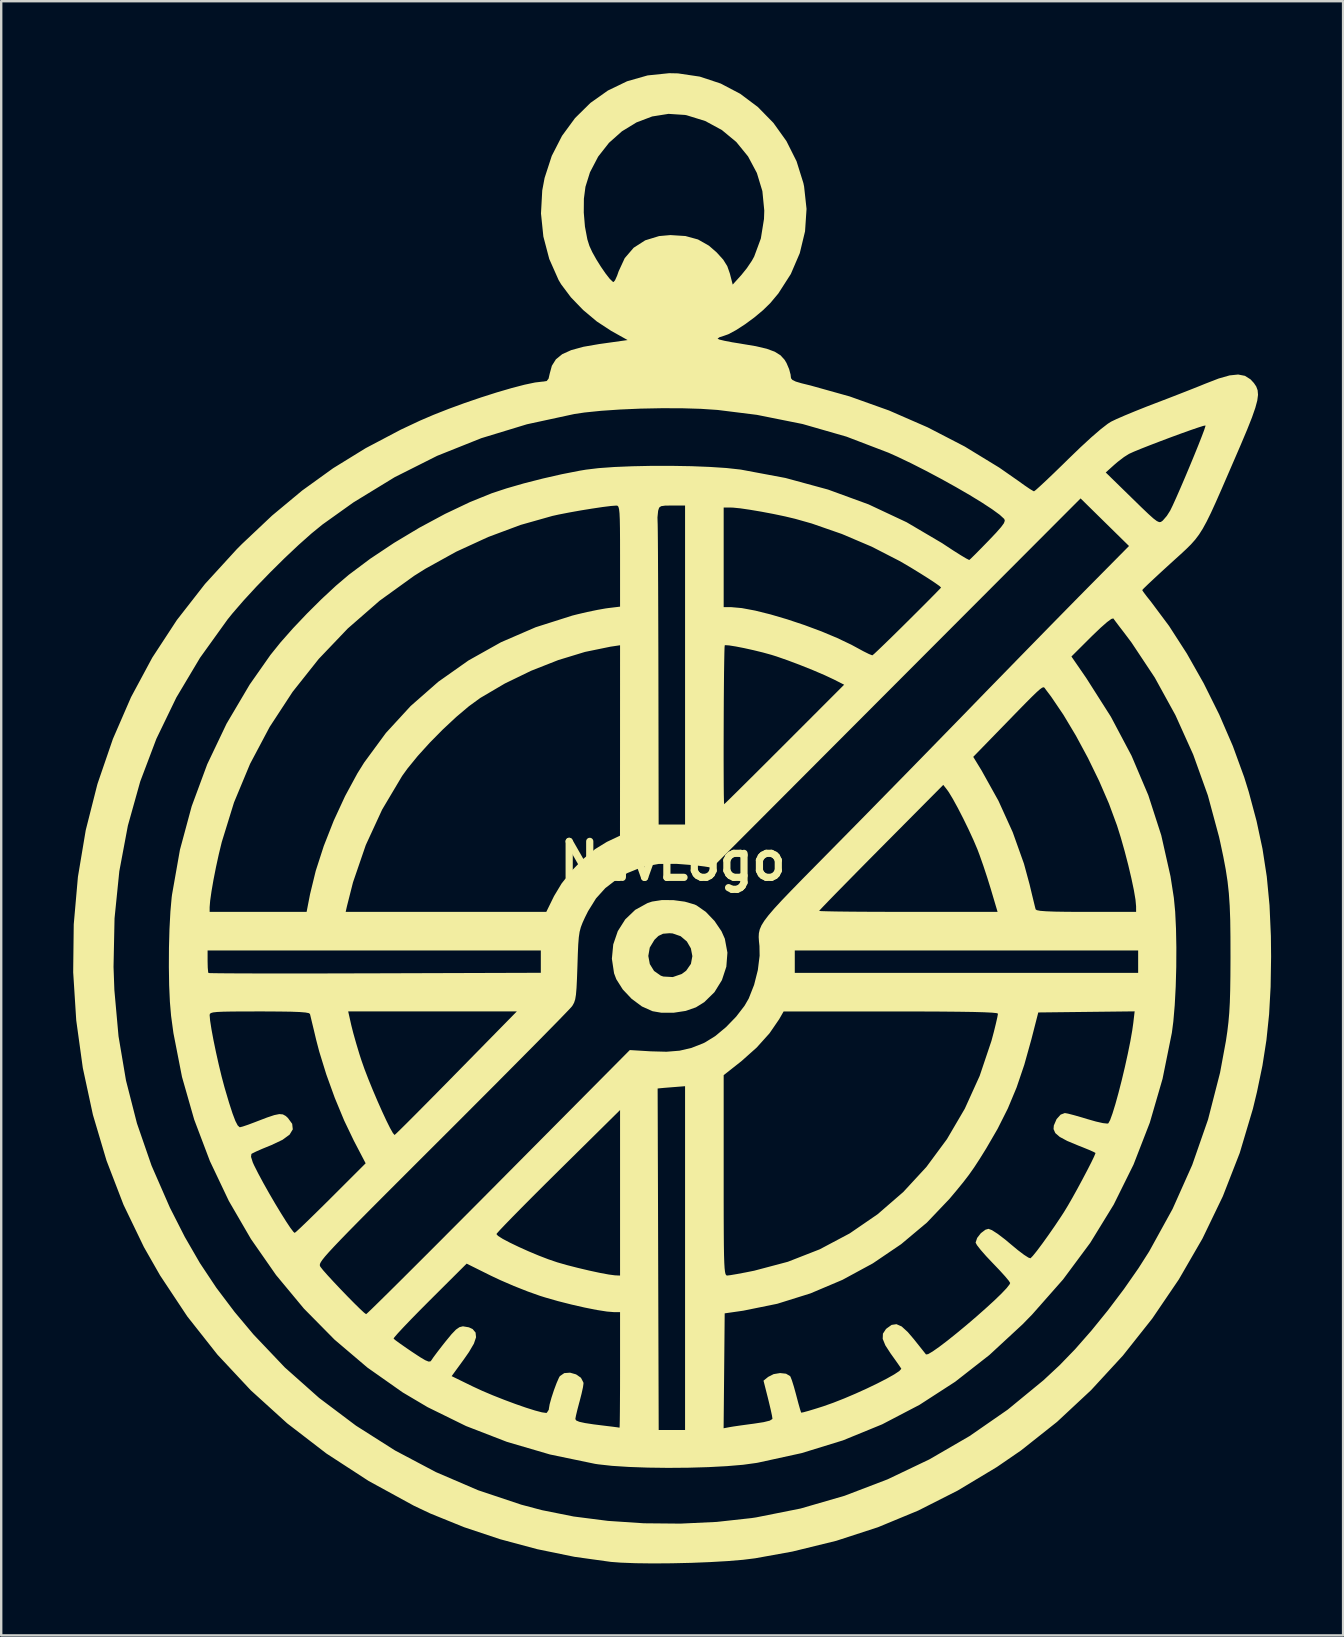
<source format=kicad_pcb>
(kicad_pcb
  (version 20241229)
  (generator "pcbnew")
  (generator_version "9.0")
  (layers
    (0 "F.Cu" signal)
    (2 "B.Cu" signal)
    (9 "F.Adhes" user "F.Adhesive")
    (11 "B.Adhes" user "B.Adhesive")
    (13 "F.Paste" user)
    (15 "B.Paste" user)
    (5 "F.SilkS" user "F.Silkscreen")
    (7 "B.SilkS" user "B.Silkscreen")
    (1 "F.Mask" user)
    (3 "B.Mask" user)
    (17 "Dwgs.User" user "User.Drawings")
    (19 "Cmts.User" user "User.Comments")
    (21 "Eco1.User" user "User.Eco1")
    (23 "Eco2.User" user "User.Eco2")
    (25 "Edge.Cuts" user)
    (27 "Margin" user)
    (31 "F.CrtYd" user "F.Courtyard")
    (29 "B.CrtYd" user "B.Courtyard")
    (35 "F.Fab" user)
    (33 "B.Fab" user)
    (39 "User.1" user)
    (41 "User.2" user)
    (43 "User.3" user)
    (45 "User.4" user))
  (footprint "NavLogo"
    (layer "F.Cu")
    (at 24.99 32.833)
    (property "Reference" "NavLogo" (at 0 0 0) (layer "F.SilkS") (effects (font (size 1.5 1.5) (thickness 0.3))))
    (attr board_only exclude_from_pos_files exclude_from_bom)
    (fp_poly (pts (xy 0.022 1.627) (xy 0.499 1.691) (xy 0.902 1.808) (xy 0.985 1.846) (xy 1.372 2.116) (xy 1.736 2.496) (xy 2.028 2.927) (xy 2.165 3.236) (xy 2.273 3.816) (xy 2.228 4.401) (xy 2.044 4.96) (xy 1.733 5.463) (xy 1.309 5.878) (xy 0.96 6.095) (xy 0.536 6.243) (xy 0.031 6.32) (xy -0.477 6.32) (xy -0.847 6.256) (xy -1.29 6.058) (xy -1.718 5.741) (xy -2.088 5.349) (xy -2.358 4.922) (xy -2.451 4.676) (xy -2.542 4.068) (xy -2.531 3.954) (xy -1.024 3.954) (xy -0.961 4.292) (xy -0.784 4.579) (xy -0.503 4.775) (xy -0.397 4.811) (xy -0.003 4.833) (xy 0.371 4.704) (xy 0.554 4.568) (xy 0.752 4.283) (xy 0.812 3.961) (xy 0.75 3.638) (xy 0.582 3.349) (xy 0.323 3.13) (xy -0.011 3.015) (xy -0.143 3.006) (xy -0.412 3.028) (xy -0.603 3.12) (xy -0.769 3.282) (xy -0.963 3.604) (xy -1.024 3.954) (xy -2.531 3.954) (xy -2.485 3.473) (xy -2.295 2.918) (xy -1.985 2.429) (xy -1.569 2.032) (xy -1.061 1.752) (xy -0.867 1.687) (xy -0.457 1.624)) (stroke (width 0) (type solid)) (fill yes) (layer "F.SilkS"))
    (fp_poly (pts (xy 0.212 -32.825) (xy 1.123 -32.69) (xy 1.992 -32.402) (xy 2.804 -31.976) (xy 3.541 -31.424) (xy 4.189 -30.762) (xy 4.732 -30.004) (xy 5.154 -29.163) (xy 5.438 -28.255) (xy 5.468 -28.113) (xy 5.57 -27.176) (xy 5.508 -26.244) (xy 5.288 -25.333) (xy 4.915 -24.464) (xy 4.395 -23.654) (xy 4.057 -23.25) (xy 3.759 -22.959) (xy 3.397 -22.656) (xy 3.009 -22.37) (xy 2.633 -22.127) (xy 2.31 -21.954) (xy 2.121 -21.887) (xy 1.942 -21.83) (xy 1.863 -21.77) (xy 1.863 -21.768) (xy 1.941 -21.732) (xy 2.155 -21.681) (xy 2.471 -21.62) (xy 2.857 -21.558) (xy 2.857 -21.557) (xy 3.456 -21.457) (xy 3.91 -21.35) (xy 4.244 -21.227) (xy 4.485 -21.077) (xy 4.656 -20.889) (xy 4.736 -20.754) (xy 4.845 -20.498) (xy 4.906 -20.27) (xy 4.911 -20.213) (xy 4.924 -20.119) (xy 4.985 -20.047) (xy 5.124 -19.981) (xy 5.369 -19.909) (xy 5.736 -19.819) (xy 7.367 -19.363) (xy 9.007 -18.777) (xy 10.617 -18.075) (xy 12.161 -17.276) (xy 13.604 -16.395) (xy 14.371 -15.86) (xy 14.65 -15.66) (xy 14.878 -15.505) (xy 15.021 -15.42) (xy 15.049 -15.409) (xy 15.126 -15.466) (xy 15.304 -15.626) (xy 15.567 -15.871) (xy 15.895 -16.184) (xy 15.905 -16.194) (xy 18.038 -16.194) (xy 19.142 -15.116) (xy 19.532 -14.735) (xy 19.821 -14.46) (xy 20.027 -14.275) (xy 20.168 -14.169) (xy 20.265 -14.125) (xy 20.335 -14.132) (xy 20.398 -14.176) (xy 20.419 -14.194) (xy 20.584 -14.385) (xy 20.724 -14.605) (xy 20.834 -14.831) (xy 20.981 -15.156) (xy 21.155 -15.553) (xy 21.345 -15.996) (xy 21.539 -16.458) (xy 21.727 -16.912) (xy 21.897 -17.332) (xy 22.038 -17.691) (xy 22.141 -17.964) (xy 22.192 -18.123) (xy 22.195 -18.153) (xy 22.103 -18.135) (xy 21.883 -18.065) (xy 21.564 -17.956) (xy 21.176 -17.817) (xy 20.746 -17.659) (xy 20.305 -17.493) (xy 19.883 -17.331) (xy 19.507 -17.183) (xy 19.208 -17.06) (xy 19.015 -16.972) (xy 19.008 -16.969) (xy 18.797 -16.836) (xy 18.54 -16.639) (xy 18.396 -16.516) (xy 18.038 -16.194) (xy 15.905 -16.194) (xy 16.272 -16.55) (xy 16.468 -16.743) (xy 16.983 -17.24) (xy 17.44 -17.661) (xy 17.824 -17.992) (xy 18.119 -18.221) (xy 18.258 -18.31) (xy 18.483 -18.418) (xy 18.83 -18.569) (xy 19.263 -18.748) (xy 19.746 -18.941) (xy 20.121 -19.085) (xy 20.636 -19.282) (xy 21.146 -19.48) (xy 21.61 -19.662) (xy 21.987 -19.812) (xy 22.172 -19.888) (xy 22.745 -20.11) (xy 23.198 -20.239) (xy 23.556 -20.276) (xy 23.839 -20.221) (xy 24.071 -20.075) (xy 24.213 -19.921) (xy 24.31 -19.777) (xy 24.368 -19.619) (xy 24.384 -19.43) (xy 24.353 -19.191) (xy 24.27 -18.883) (xy 24.132 -18.487) (xy 23.933 -17.985) (xy 23.669 -17.358) (xy 23.504 -16.976) (xy 23.155 -16.17) (xy 22.866 -15.502) (xy 22.624 -14.954) (xy 22.42 -14.507) (xy 22.242 -14.146) (xy 22.081 -13.852) (xy 21.926 -13.607) (xy 21.766 -13.395) (xy 21.591 -13.198) (xy 21.39 -12.999) (xy 21.153 -12.779) (xy 20.869 -12.522) (xy 20.753 -12.417) (xy 20.381 -12.077) (xy 20.056 -11.776) (xy 19.798 -11.534) (xy 19.626 -11.367) (xy 19.558 -11.295) (xy 19.558 -11.294) (xy 19.607 -11.215) (xy 19.736 -11.043) (xy 19.918 -10.815) (xy 19.918 -10.815) (xy 20.677 -9.798) (xy 21.417 -8.65) (xy 22.12 -7.408) (xy 22.766 -6.109) (xy 23.336 -4.791) (xy 23.809 -3.493) (xy 23.998 -2.884) (xy 24.323 -1.67) (xy 24.571 -0.509) (xy 24.749 0.646) (xy 24.863 1.84) (xy 24.92 3.122) (xy 24.929 3.979) (xy 24.909 5.239) (xy 24.846 6.383) (xy 24.734 7.461) (xy 24.568 8.524) (xy 24.34 9.622) (xy 24.169 10.329) (xy 23.622 12.163) (xy 22.918 13.968) (xy 22.069 15.73) (xy 21.084 17.433) (xy 19.976 19.064) (xy 18.753 20.607) (xy 17.427 22.047) (xy 16.008 23.37) (xy 14.507 24.56) (xy 13.504 25.249) (xy 11.868 26.232) (xy 10.224 27.065) (xy 8.545 27.76) (xy 6.806 28.326) (xy 4.978 28.774) (xy 3.429 29.054) (xy 2.92 29.117) (xy 2.28 29.17) (xy 1.548 29.212) (xy 0.76 29.244) (xy -0.044 29.262) (xy -0.826 29.268) (xy -1.549 29.259) (xy -2.173 29.235) (xy -2.582 29.204) (xy -4.099 28.993) (xy -5.654 28.674) (xy -7.203 28.258) (xy -8.701 27.758) (xy -10.106 27.188) (xy -10.795 26.862) (xy -12.676 25.833) (xy -14.437 24.688) (xy -16.075 23.428) (xy -17.589 22.054) (xy -18.977 20.569) (xy -20.237 18.973) (xy -21.368 17.268) (xy -22.042 16.087) (xy -22.893 14.322) (xy -23.602 12.479) (xy -24.168 10.573) (xy -24.589 8.62) (xy -24.863 6.636) (xy -24.99 4.637) (xy -24.988 4.408) (xy -23.309 4.408) (xy -23.274 5.376) (xy -23.101 7.299) (xy -22.79 9.141) (xy -22.333 10.93) (xy -21.725 12.69) (xy -20.957 14.448) (xy -20.951 14.459) (xy -20.338 15.664) (xy -19.708 16.754) (xy -19.027 17.778) (xy -18.263 18.79) (xy -17.477 19.727) (xy -16.171 21.101) (xy -14.741 22.372) (xy -13.204 23.528) (xy -11.576 24.562) (xy -9.875 25.462) (xy -8.116 26.218) (xy -6.316 26.82) (xy -5.461 27.047) (xy -4.138 27.312) (xy -2.706 27.495) (xy -1.208 27.595) (xy 0.316 27.609) (xy 1.826 27.538) (xy 3.279 27.378) (xy 3.466 27.35) (xy 5.322 26.98) (xy 7.154 26.449) (xy 8.949 25.763) (xy 10.691 24.931) (xy 12.363 23.961) (xy 13.952 22.86) (xy 15.442 21.636) (xy 16.115 21.009) (xy 16.759 20.344) (xy 17.442 19.566) (xy 18.132 18.716) (xy 18.797 17.835) (xy 19.404 16.964) (xy 19.848 16.267) (xy 20.824 14.495) (xy 21.642 12.663) (xy 22.301 10.771) (xy 22.802 8.819) (xy 23.047 7.493) (xy 23.106 7.092) (xy 23.151 6.713) (xy 23.185 6.326) (xy 23.209 5.899) (xy 23.224 5.4) (xy 23.233 4.797) (xy 23.237 4.06) (xy 23.237 3.979) (xy 23.235 3.151) (xy 23.226 2.457) (xy 23.204 1.864) (xy 23.168 1.337) (xy 23.114 0.843) (xy 23.038 0.347) (xy 22.937 -0.186) (xy 22.809 -0.789) (xy 22.76 -1.009) (xy 22.294 -2.736) (xy 21.684 -4.436) (xy 20.942 -6.082) (xy 20.081 -7.648) (xy 19.113 -9.106) (xy 18.803 -9.519) (xy 18.606 -9.775) (xy 18.448 -9.984) (xy 18.359 -10.105) (xy 18.354 -10.112) (xy 18.273 -10.091) (xy 18.092 -9.958) (xy 17.828 -9.726) (xy 17.495 -9.408) (xy 17.45 -9.364) (xy 16.608 -8.525) (xy 17.226 -7.628) (xy 18.253 -6.014) (xy 19.114 -4.389) (xy 19.812 -2.745) (xy 20.352 -1.074) (xy 20.737 0.635) (xy 20.877 1.535) (xy 20.932 2.111) (xy 20.966 2.811) (xy 20.981 3.593) (xy 20.977 4.415) (xy 20.954 5.233) (xy 20.913 6.004) (xy 20.855 6.685) (xy 20.794 7.154) (xy 20.406 9.072) (xy 19.874 10.902) (xy 19.196 12.648) (xy 18.37 14.316) (xy 17.392 15.909) (xy 16.261 17.433) (xy 14.974 18.892) (xy 14.568 19.308) (xy 13.189 20.583) (xy 11.763 21.698) (xy 10.278 22.659) (xy 8.723 23.471) (xy 7.089 24.14) (xy 5.365 24.671) (xy 3.541 25.07) (xy 3.471 25.082) (xy 2.924 25.157) (xy 2.247 25.214) (xy 1.475 25.255) (xy 0.646 25.279) (xy -0.206 25.286) (xy -1.044 25.275) (xy -1.832 25.247) (xy -2.534 25.202) (xy -3.113 25.138) (xy -3.245 25.118) (xy -5.121 24.728) (xy -6.916 24.202) (xy -8.619 23.543) (xy -10.221 22.756) (xy -11.261 22.14) (xy -12.73 21.106) (xy -14.104 19.938) (xy -14.141 19.9) (xy -11.639 19.9) (xy -11.558 19.969) (xy -11.367 20.108) (xy -11.098 20.296) (xy -10.872 20.45) (xy -10.54 20.669) (xy -10.319 20.8) (xy -10.182 20.856) (xy -10.102 20.848) (xy -10.062 20.801) (xy -9.977 20.675) (xy -9.813 20.455) (xy -9.599 20.178) (xy -9.478 20.025) (xy -9.224 19.716) (xy -9.038 19.523) (xy -8.892 19.422) (xy -8.758 19.389) (xy -8.736 19.389) (xy -8.501 19.429) (xy -8.345 19.501) (xy -8.222 19.647) (xy -8.202 19.844) (xy -8.292 20.109) (xy -8.497 20.459) (xy -8.705 20.758) (xy -9.219 21.463) (xy -8.337 21.894) (xy -7.946 22.075) (xy -7.5 22.264) (xy -7.029 22.45) (xy -6.56 22.625) (xy -6.123 22.777) (xy -5.745 22.896) (xy -5.456 22.972) (xy -5.283 22.996) (xy -5.254 22.99) (xy -5.172 22.865) (xy -5.165 22.809) (xy -5.135 22.634) (xy -5.059 22.361) (xy -4.956 22.047) (xy -4.845 21.75) (xy -4.747 21.527) (xy -4.708 21.461) (xy -4.526 21.337) (xy -4.284 21.319) (xy -4.034 21.39) (xy -3.831 21.531) (xy -3.729 21.727) (xy -3.725 21.774) (xy -3.747 21.93) (xy -3.805 22.194) (xy -3.886 22.511) (xy -3.895 22.542) (xy -3.977 22.851) (xy -4.037 23.102) (xy -4.064 23.245) (xy -4.064 23.253) (xy -4.026 23.312) (xy -3.899 23.366) (xy -3.662 23.418) (xy -3.295 23.474) (xy -2.821 23.533) (xy -2.53 23.568) (xy -2.316 23.596) (xy -2.223 23.611) (xy -2.223 23.611) (xy -2.217 23.533) (xy -2.212 23.306) (xy -2.208 22.953) (xy -2.205 22.493) (xy -2.202 21.949) (xy -2.201 21.34) (xy -2.201 21.209) (xy -2.201 18.796) (xy -2.451 18.796) (xy -2.747 18.772) (xy -3.167 18.706) (xy -3.672 18.606) (xy -4.224 18.48) (xy -4.785 18.338) (xy -5.316 18.186) (xy -5.546 18.114) (xy -6.049 17.935) (xy -6.623 17.708) (xy -7.189 17.463) (xy -7.578 17.28) (xy -8.594 16.775) (xy -10.134 18.309) (xy -10.549 18.726) (xy -10.919 19.104) (xy -11.228 19.427) (xy -11.461 19.678) (xy -11.603 19.842) (xy -11.639 19.9) (xy -14.141 19.9) (xy -15.375 18.649) (xy -16.537 17.25) (xy -16.825 16.836) (xy -14.714 16.836) (xy -14.704 16.877) (xy -14.685 16.911) (xy -14.578 17.047) (xy -14.387 17.263) (xy -14.138 17.533) (xy -13.855 17.833) (xy -13.562 18.137) (xy -13.284 18.419) (xy -13.045 18.654) (xy -12.871 18.816) (xy -12.785 18.88) (xy -12.783 18.881) (xy -12.716 18.822) (xy -12.537 18.651) (xy -12.257 18.377) (xy -11.882 18.008) (xy -11.422 17.552) (xy -10.886 17.018) (xy -10.281 16.414) (xy -9.616 15.749) (xy -9.413 15.544) (xy -7.353 15.544) (xy -7.285 15.62) (xy -7.089 15.744) (xy -6.793 15.9) (xy -6.425 16.077) (xy -6.016 16.261) (xy -5.594 16.438) (xy -5.189 16.594) (xy -4.828 16.717) (xy -4.826 16.718) (xy -4.422 16.834) (xy -3.961 16.952) (xy -3.488 17.064) (xy -3.043 17.16) (xy -2.67 17.229) (xy -2.413 17.263) (xy -2.392 17.264) (xy -2.201 17.272) (xy -2.201 13.823) (xy -2.201 10.375) (xy -4.77 12.913) (xy -5.315 13.453) (xy -5.821 13.958) (xy -6.276 14.416) (xy -6.667 14.813) (xy -6.981 15.136) (xy -7.207 15.374) (xy -7.332 15.514) (xy -7.353 15.544) (xy -9.413 15.544) (xy -8.9 15.03) (xy -8.141 14.268) (xy -7.347 13.469) (xy -7.257 13.378) (xy -3.385 9.477) (xy -0.635 9.477) (xy -0.635 9.56) (xy -0.634 9.801) (xy -0.633 10.186) (xy -0.631 10.703) (xy -0.629 11.34) (xy -0.627 12.085) (xy -0.624 12.924) (xy -0.621 13.846) (xy -0.618 14.839) (xy -0.615 15.889) (xy -0.613 16.595) (xy -0.591 23.707) (xy -0.041 23.707) (xy 0.508 23.707) (xy 0.508 23.636) (xy 2.114 23.636) (xy 2.348 23.591) (xy 2.536 23.56) (xy 2.839 23.516) (xy 3.204 23.466) (xy 3.365 23.445) (xy 3.781 23.381) (xy 4.037 23.318) (xy 4.144 23.251) (xy 4.149 23.232) (xy 4.129 23.104) (xy 4.076 22.856) (xy 3.999 22.533) (xy 3.963 22.386) (xy 3.777 21.652) (xy 3.972 21.494) (xy 4.199 21.379) (xy 4.467 21.335) (xy 4.715 21.362) (xy 4.883 21.461) (xy 4.901 21.488) (xy 4.96 21.639) (xy 5.043 21.904) (xy 5.133 22.229) (xy 5.151 22.299) (xy 5.233 22.609) (xy 5.301 22.848) (xy 5.343 22.975) (xy 5.348 22.985) (xy 5.435 22.97) (xy 5.649 22.912) (xy 5.955 22.819) (xy 6.265 22.721) (xy 6.68 22.574) (xy 7.138 22.394) (xy 7.615 22.191) (xy 8.087 21.977) (xy 8.529 21.764) (xy 8.918 21.564) (xy 9.228 21.389) (xy 9.436 21.251) (xy 9.517 21.16) (xy 9.515 21.147) (xy 9.435 21.028) (xy 9.287 20.817) (xy 9.101 20.557) (xy 9.085 20.536) (xy 8.854 20.18) (xy 8.744 19.909) (xy 8.753 19.693) (xy 8.875 19.507) (xy 8.906 19.477) (xy 9.115 19.328) (xy 9.317 19.298) (xy 9.534 19.393) (xy 9.788 19.625) (xy 10.038 19.918) (xy 10.254 20.189) (xy 10.426 20.405) (xy 10.53 20.536) (xy 10.548 20.56) (xy 10.637 20.546) (xy 10.829 20.433) (xy 11.105 20.239) (xy 11.444 19.981) (xy 11.827 19.674) (xy 12.233 19.338) (xy 12.642 18.988) (xy 13.034 18.641) (xy 13.39 18.316) (xy 13.688 18.028) (xy 13.91 17.794) (xy 14.035 17.633) (xy 14.055 17.58) (xy 13.999 17.49) (xy 13.846 17.306) (xy 13.619 17.056) (xy 13.342 16.766) (xy 13.335 16.759) (xy 13.056 16.464) (xy 12.828 16.204) (xy 12.673 16.006) (xy 12.615 15.898) (xy 12.615 15.897) (xy 12.68 15.704) (xy 12.835 15.505) (xy 13.026 15.361) (xy 13.152 15.325) (xy 13.297 15.38) (xy 13.538 15.535) (xy 13.847 15.771) (xy 14.077 15.964) (xy 14.376 16.212) (xy 14.632 16.406) (xy 14.818 16.525) (xy 14.903 16.552) (xy 15.002 16.45) (xy 15.175 16.236) (xy 15.399 15.936) (xy 15.655 15.579) (xy 15.923 15.193) (xy 16.181 14.807) (xy 16.311 14.605) (xy 16.465 14.351) (xy 16.654 14.022) (xy 16.862 13.647) (xy 17.072 13.257) (xy 17.268 12.885) (xy 17.434 12.56) (xy 17.553 12.313) (xy 17.609 12.176) (xy 17.611 12.163) (xy 17.537 12.121) (xy 17.341 12.034) (xy 17.057 11.918) (xy 16.896 11.855) (xy 16.435 11.663) (xy 16.121 11.494) (xy 15.936 11.334) (xy 15.863 11.168) (xy 15.875 11.018) (xy 15.989 10.754) (xy 16.159 10.565) (xy 16.333 10.5) (xy 16.468 10.524) (xy 16.722 10.59) (xy 17.053 10.685) (xy 17.27 10.751) (xy 17.631 10.854) (xy 17.92 10.919) (xy 18.103 10.939) (xy 18.147 10.928) (xy 18.222 10.789) (xy 18.322 10.512) (xy 18.441 10.125) (xy 18.571 9.655) (xy 18.705 9.132) (xy 18.836 8.582) (xy 18.957 8.034) (xy 19.062 7.516) (xy 19.143 7.056) (xy 19.186 6.751) (xy 19.243 6.262) (xy 17.235 6.285) (xy 15.227 6.308) (xy 14.942 7.42) (xy 14.644 8.488) (xy 14.323 9.435) (xy 13.958 10.31) (xy 13.53 11.161) (xy 13.057 11.975) (xy 12.784 12.414) (xy 12.555 12.765) (xy 12.338 13.074) (xy 12.099 13.385) (xy 11.805 13.744) (xy 11.527 14.075) (xy 10.586 15.064) (xy 9.514 15.963) (xy 8.334 16.763) (xy 7.066 17.451) (xy 5.731 18.016) (xy 4.349 18.448) (xy 2.942 18.734) (xy 2.885 18.743) (xy 2.159 18.847) (xy 2.137 21.242) (xy 2.114 23.636) (xy 0.508 23.636) (xy 0.508 16.544) (xy 0.508 9.381) (xy -0.064 9.426) (xy -0.349 9.449) (xy -0.554 9.468) (xy -0.635 9.477) (xy -0.635 9.477) (xy -3.385 9.477) (xy -2.833 8.921) (xy 2.117 8.921) (xy 2.117 13.096) (xy 2.117 14.046) (xy 2.118 14.84) (xy 2.121 15.493) (xy 2.125 16.017) (xy 2.132 16.428) (xy 2.142 16.738) (xy 2.155 16.962) (xy 2.172 17.113) (xy 2.193 17.206) (xy 2.219 17.254) (xy 2.251 17.27) (xy 2.265 17.271) (xy 2.404 17.254) (xy 2.669 17.209) (xy 3.021 17.143) (xy 3.387 17.07) (xy 4.79 16.698) (xy 6.12 16.178) (xy 7.369 15.515) (xy 8.531 14.717) (xy 9.599 13.792) (xy 10.565 12.746) (xy 11.422 11.586) (xy 12.165 10.318) (xy 12.785 8.951) (xy 13.276 7.491) (xy 13.377 7.113) (xy 13.456 6.791) (xy 13.516 6.53) (xy 13.545 6.374) (xy 13.547 6.357) (xy 13.485 6.335) (xy 13.296 6.316) (xy 12.974 6.3) (xy 12.512 6.287) (xy 11.905 6.278) (xy 11.148 6.271) (xy 10.233 6.267) (xy 9.155 6.266) (xy 9.081 6.266) (xy 4.614 6.267) (xy 4.43 6.589) (xy 4.028 7.175) (xy 3.495 7.768) (xy 2.862 8.333) (xy 2.804 8.379) (xy 2.117 8.921) (xy -2.833 8.921) (xy -1.795 7.875) (xy -0.919 7.928) (xy -0.265 7.945) (xy 0.28 7.901) (xy 0.77 7.787) (xy 1.259 7.595) (xy 1.34 7.556) (xy 1.768 7.291) (xy 2.217 6.917) (xy 2.638 6.482) (xy 2.985 6.031) (xy 3.16 5.729) (xy 3.385 5.158) (xy 3.541 4.541) (xy 3.584 4.191) (xy 5.08 4.191) (xy 5.08 4.657) (xy 12.234 4.657) (xy 19.389 4.657) (xy 19.389 4.191) (xy 19.389 3.725) (xy 12.234 3.725) (xy 5.08 3.725) (xy 5.08 4.191) (xy 3.584 4.191) (xy 3.615 3.944) (xy 3.608 3.538) (xy 3.587 3.339) (xy 3.576 3.166) (xy 3.584 3.008) (xy 3.619 2.85) (xy 3.691 2.681) (xy 3.81 2.488) (xy 3.985 2.258) (xy 4.141 2.076) (xy 6.096 2.076) (xy 6.178 2.085) (xy 6.412 2.092) (xy 6.781 2.1) (xy 7.268 2.106) (xy 7.856 2.111) (xy 8.528 2.114) (xy 9.267 2.116) (xy 9.813 2.117) (xy 13.531 2.117) (xy 13.242 1.143) (xy 13.097 0.677) (xy 12.937 0.192) (xy 12.783 -0.245) (xy 12.692 -0.487) (xy 12.527 -0.875) (xy 12.323 -1.318) (xy 12.099 -1.777) (xy 11.874 -2.214) (xy 11.667 -2.591) (xy 11.499 -2.87) (xy 11.433 -2.963) (xy 11.268 -3.175) (xy 8.682 -0.57) (xy 8.139 -0.022) (xy 7.635 0.489) (xy 7.182 0.95) (xy 6.791 1.348) (xy 6.476 1.672) (xy 6.248 1.909) (xy 6.12 2.046) (xy 6.096 2.076) (xy 4.141 2.076) (xy 4.224 1.979) (xy 4.538 1.638) (xy 4.936 1.223) (xy 5.426 0.721) (xy 6.02 0.119) (xy 6.513 -0.381) (xy 7.203 -1.081) (xy 7.981 -1.871) (xy 8.814 -2.721) (xy 9.674 -3.598) (xy 10.402 -4.343) (xy 12.517 -4.343) (xy 12.862 -3.779) (xy 13.568 -2.511) (xy 14.163 -1.2) (xy 14.631 0.112) (xy 14.865 0.974) (xy 14.956 1.357) (xy 15.035 1.683) (xy 15.092 1.916) (xy 15.117 2.011) (xy 15.169 2.046) (xy 15.309 2.073) (xy 15.553 2.092) (xy 15.916 2.106) (xy 16.415 2.114) (xy 17.064 2.117) (xy 17.227 2.117) (xy 19.304 2.117) (xy 19.303 1.884) (xy 19.278 1.609) (xy 19.21 1.208) (xy 19.106 0.714) (xy 18.976 0.162) (xy 18.826 -0.414) (xy 18.666 -0.979) (xy 18.503 -1.499) (xy 18.5 -1.505) (xy 18.171 -2.396) (xy 17.762 -3.341) (xy 17.295 -4.3) (xy 16.792 -5.232) (xy 16.274 -6.097) (xy 15.761 -6.855) (xy 15.539 -7.149) (xy 15.507 -7.195) (xy 15.479 -7.23) (xy 15.443 -7.244) (xy 15.387 -7.225) (xy 15.3 -7.163) (xy 15.168 -7.047) (xy 14.981 -6.867) (xy 14.726 -6.612) (xy 14.392 -6.271) (xy 13.967 -5.834) (xy 13.438 -5.29) (xy 13.265 -5.112) (xy 12.517 -4.343) (xy 10.402 -4.343) (xy 10.528 -4.472) (xy 11.347 -5.312) (xy 12.101 -6.085) (xy 12.358 -6.35) (xy 13.022 -7.034) (xy 13.718 -7.747) (xy 14.421 -8.468) (xy 15.111 -9.174) (xy 15.764 -9.842) (xy 16.36 -10.449) (xy 16.876 -10.974) (xy 17.183 -11.285) (xy 19.008 -13.13) (xy 17.999 -14.121) (xy 16.99 -15.113) (xy 9.313 -7.419) (xy 1.637 0.276) (xy 1.305 0.223) (xy 1.072 0.194) (xy 0.728 0.16) (xy 0.333 0.129) (xy 0.157 0.116) (xy -0.596 0.12) (xy -1.265 0.243) (xy -1.899 0.5) (xy -2.331 0.754) (xy -2.814 1.125) (xy -3.203 1.556) (xy -3.536 2.092) (xy -3.665 2.351) (xy -3.763 2.566) (xy -3.835 2.753) (xy -3.886 2.945) (xy -3.92 3.175) (xy -3.944 3.477) (xy -3.962 3.886) (xy -3.977 4.36) (xy -3.996 4.894) (xy -4.015 5.287) (xy -4.039 5.568) (xy -4.071 5.763) (xy -4.117 5.902) (xy -4.178 6.013) (xy -4.206 6.054) (xy -4.293 6.151) (xy -4.491 6.358) (xy -4.79 6.667) (xy -5.183 7.067) (xy -5.659 7.551) (xy -6.211 8.108) (xy -6.828 8.73) (xy -7.502 9.408) (xy -8.224 10.131) (xy -8.984 10.893) (xy -9.602 11.51) (xy -10.512 12.418) (xy -11.308 13.214) (xy -12 13.906) (xy -12.593 14.501) (xy -13.095 15.008) (xy -13.513 15.433) (xy -13.855 15.785) (xy -14.127 16.071) (xy -14.338 16.299) (xy -14.494 16.476) (xy -14.602 16.611) (xy -14.67 16.711) (xy -14.705 16.783) (xy -14.714 16.836) (xy -16.825 16.836) (xy -17.581 15.751) (xy -18.503 14.165) (xy -19.293 12.502) (xy -19.947 10.774) (xy -20.456 8.993) (xy -20.813 7.168) (xy -20.912 6.438) (xy -20.913 6.42) (xy -19.304 6.42) (xy -19.284 6.65) (xy -19.228 7.008) (xy -19.145 7.457) (xy -19.041 7.959) (xy -18.925 8.479) (xy -18.804 8.981) (xy -18.685 9.426) (xy -18.673 9.468) (xy -18.495 10.07) (xy -18.349 10.52) (xy -18.231 10.831) (xy -18.135 11.016) (xy -18.056 11.089) (xy -18.041 11.091) (xy -17.925 11.062) (xy -17.697 10.985) (xy -17.402 10.874) (xy -17.338 10.849) (xy -16.912 10.686) (xy -16.61 10.585) (xy -16.401 10.543) (xy -16.253 10.556) (xy -16.134 10.621) (xy -16.043 10.704) (xy -15.864 10.949) (xy -15.839 11.179) (xy -15.972 11.399) (xy -16.267 11.615) (xy -16.726 11.833) (xy -16.783 11.856) (xy -17.106 11.988) (xy -17.37 12.104) (xy -17.535 12.186) (xy -17.564 12.205) (xy -17.579 12.325) (xy -17.507 12.555) (xy -17.451 12.679) (xy -17.277 13.023) (xy -17.064 13.419) (xy -16.826 13.842) (xy -16.579 14.266) (xy -16.338 14.664) (xy -16.12 15.012) (xy -15.94 15.283) (xy -15.812 15.451) (xy -15.76 15.494) (xy -15.688 15.437) (xy -15.514 15.276) (xy -15.254 15.027) (xy -14.926 14.707) (xy -14.546 14.333) (xy -14.255 14.044) (xy -12.803 12.594) (xy -13.295 11.652) (xy -13.698 10.811) (xy -14.089 9.868) (xy -14.443 8.889) (xy -14.736 7.94) (xy -14.864 7.451) (xy -14.957 7.059) (xy -15.038 6.724) (xy -15.096 6.482) (xy -15.123 6.371) (xy -15.172 6.336) (xy -15.309 6.31) (xy -15.55 6.29) (xy -15.91 6.276) (xy -16.404 6.269) (xy -17.048 6.265) (xy -17.227 6.265) (xy -13.53 6.265) (xy -13.402 6.837) (xy -13.318 7.169) (xy -13.198 7.594) (xy -13.062 8.047) (xy -12.981 8.297) (xy -12.853 8.662) (xy -12.691 9.083) (xy -12.507 9.535) (xy -12.313 9.991) (xy -12.12 10.425) (xy -11.941 10.811) (xy -11.787 11.121) (xy -11.669 11.33) (xy -11.6 11.412) (xy -11.595 11.412) (xy -11.524 11.348) (xy -11.347 11.176) (xy -11.076 10.908) (xy -10.726 10.557) (xy -10.307 10.135) (xy -9.832 9.655) (xy -9.315 9.13) (xy -9.017 8.826) (xy -6.503 6.265) (xy -10.016 6.265) (xy -13.53 6.265) (xy -17.227 6.265) (xy -17.873 6.266) (xy -18.37 6.269) (xy -18.737 6.276) (xy -18.993 6.288) (xy -19.158 6.306) (xy -19.252 6.333) (xy -19.294 6.369) (xy -19.304 6.417) (xy -19.304 6.42) (xy -20.913 6.42) (xy -20.96 5.869) (xy -20.991 5.178) (xy -21.003 4.412) (xy -21.002 4.177) (xy -19.389 4.177) (xy -19.383 4.436) (xy -19.367 4.615) (xy -19.353 4.664) (xy -19.265 4.669) (xy -19.02 4.673) (xy -18.632 4.677) (xy -18.111 4.68) (xy -17.472 4.682) (xy -16.727 4.683) (xy -15.888 4.683) (xy -14.969 4.683) (xy -13.981 4.681) (xy -12.937 4.678) (xy -12.411 4.677) (xy -5.503 4.655) (xy -5.503 4.19) (xy -5.503 3.725) (xy -12.446 3.725) (xy -19.389 3.725) (xy -19.389 4.177) (xy -21.002 4.177) (xy -20.999 3.616) (xy -20.978 2.838) (xy -20.94 2.124) (xy -20.94 2.117) (xy -19.304 2.117) (xy -17.284 2.117) (xy -15.263 2.117) (xy -13.635 2.117) (xy -9.455 2.117) (xy -5.275 2.117) (xy -4.953 1.46) (xy -4.638 0.936) (xy -4.222 0.408) (xy -3.743 -0.084) (xy -3.241 -0.499) (xy -2.756 -0.797) (xy -2.732 -0.809) (xy -2.204 -1.058) (xy -2.202 -5.026) (xy -2.201 -8.994) (xy -2.603 -8.934) (xy -3.663 -8.716) (xy -4.777 -8.376) (xy -5.904 -7.932) (xy -7 -7.401) (xy -8.022 -6.8) (xy -8.032 -6.793) (xy -8.5 -6.452) (xy -9.029 -6.005) (xy -9.584 -5.487) (xy -10.131 -4.933) (xy -10.635 -4.377) (xy -11.062 -3.853) (xy -11.284 -3.545) (xy -12.115 -2.147) (xy -12.797 -0.668) (xy -13.33 0.886) (xy -13.583 1.884) (xy -13.635 2.117) (xy -15.263 2.117) (xy -15.119 1.376) (xy -14.883 0.408) (xy -14.548 -0.628) (xy -14.133 -1.684) (xy -13.659 -2.709) (xy -13.147 -3.654) (xy -12.865 -4.106) (xy -11.958 -5.34) (xy -10.925 -6.464) (xy -9.775 -7.473) (xy -8.518 -8.36) (xy -7.162 -9.12) (xy -5.717 -9.745) (xy -4.192 -10.23) (xy -3.991 -10.281) (xy -3.574 -10.379) (xy -3.154 -10.466) (xy -2.8 -10.529) (xy -2.688 -10.544) (xy -2.201 -10.603) (xy -2.201 -12.71) (xy -2.202 -13.362) (xy -2.205 -13.865) (xy -2.212 -14.237) (xy -2.216 -14.323) (xy -0.642 -14.323) (xy -0.637 -14.139) (xy -0.633 -14.022) (xy -0.629 -13.749) (xy -0.625 -13.334) (xy -0.621 -12.791) (xy -0.618 -12.135) (xy -0.614 -11.379) (xy -0.611 -10.536) (xy -0.608 -9.621) (xy -0.605 -8.647) (xy -0.603 -7.726) (xy -0.593 -1.524) (xy -0.042 -1.524) (xy 0.508 -1.524) (xy 0.508 -4.18) (xy 2.115 -4.18) (xy 2.117 -3.625) (xy 2.119 -3.145) (xy 2.123 -2.763) (xy 2.129 -2.499) (xy 2.136 -2.377) (xy 2.138 -2.371) (xy 2.201 -2.429) (xy 2.37 -2.594) (xy 2.634 -2.854) (xy 2.98 -3.197) (xy 3.396 -3.61) (xy 3.868 -4.08) (xy 4.384 -4.596) (xy 4.649 -4.86) (xy 7.137 -7.35) (xy 6.708 -7.568) (xy 6.33 -7.745) (xy 5.847 -7.952) (xy 5.313 -8.166) (xy 4.786 -8.365) (xy 4.319 -8.528) (xy 4.106 -8.595) (xy 3.747 -8.694) (xy 3.354 -8.79) (xy 2.966 -8.876) (xy 2.618 -8.944) (xy 2.346 -8.987) (xy 2.186 -8.998) (xy 2.161 -8.991) (xy 2.153 -8.902) (xy 2.146 -8.667) (xy 2.139 -8.308) (xy 2.132 -7.847) (xy 2.127 -7.307) (xy 2.122 -6.708) (xy 2.119 -6.074) (xy 2.117 -5.427) (xy 2.115 -4.788) (xy 2.115 -4.18) (xy 0.508 -4.18) (xy 0.508 -8.17) (xy 0.508 -12.658) (xy 2.117 -12.658) (xy 2.117 -10.583) (xy 2.434 -10.582) (xy 2.872 -10.543) (xy 3.428 -10.439) (xy 4.071 -10.279) (xy 4.767 -10.074) (xy 5.483 -9.835) (xy 6.188 -9.573) (xy 6.849 -9.296) (xy 7.433 -9.018) (xy 7.662 -8.894) (xy 7.946 -8.74) (xy 8.172 -8.628) (xy 8.302 -8.577) (xy 8.316 -8.576) (xy 8.391 -8.638) (xy 8.568 -8.804) (xy 8.829 -9.055) (xy 9.158 -9.375) (xy 9.536 -9.747) (xy 9.776 -9.985) (xy 10.172 -10.379) (xy 10.525 -10.732) (xy 10.817 -11.027) (xy 11.033 -11.247) (xy 11.155 -11.374) (xy 11.176 -11.4) (xy 11.108 -11.464) (xy 10.923 -11.595) (xy 10.65 -11.775) (xy 10.319 -11.984) (xy 9.959 -12.205) (xy 9.599 -12.418) (xy 9.44 -12.509) (xy 8.288 -13.101) (xy 7.045 -13.63) (xy 5.786 -14.068) (xy 5.092 -14.264) (xy 4.672 -14.364) (xy 4.192 -14.465) (xy 3.695 -14.559) (xy 3.222 -14.639) (xy 2.815 -14.699) (xy 2.515 -14.729) (xy 2.439 -14.732) (xy 2.117 -14.732) (xy 2.117 -12.658) (xy 0.508 -12.658) (xy 0.508 -14.817) (xy -0.032 -14.817) (xy -0.325 -14.813) (xy -0.491 -14.789) (xy -0.572 -14.729) (xy -0.609 -14.617) (xy -0.616 -14.584) (xy -0.642 -14.323) (xy -2.216 -14.323) (xy -2.224 -14.497) (xy -2.243 -14.666) (xy -2.269 -14.762) (xy -2.305 -14.806) (xy -2.349 -14.815) (xy -2.578 -14.798) (xy -2.932 -14.754) (xy -3.367 -14.689) (xy -3.843 -14.612) (xy -4.317 -14.527) (xy -4.749 -14.443) (xy -5.021 -14.383) (xy -6.344 -14.009) (xy -7.696 -13.505) (xy -9.032 -12.891) (xy -10.304 -12.187) (xy -10.783 -11.887) (xy -12.219 -10.851) (xy -13.547 -9.693) (xy -14.759 -8.423) (xy -15.846 -7.053) (xy -16.802 -5.592) (xy -17.619 -4.052) (xy -18.289 -2.442) (xy -18.799 -0.792) (xy -18.922 -0.286) (xy -19.039 0.25) (xy -19.143 0.777) (xy -19.226 1.256) (xy -19.282 1.65) (xy -19.304 1.919) (xy -19.304 1.926) (xy -19.304 2.117) (xy -20.94 2.117) (xy -20.887 1.52) (xy -20.871 1.397) (xy -20.541 -0.473) (xy -20.052 -2.284) (xy -19.404 -4.036) (xy -18.598 -5.727) (xy -17.634 -7.358) (xy -16.77 -8.59) (xy -16.347 -9.116) (xy -15.825 -9.706) (xy -15.242 -10.32) (xy -14.636 -10.922) (xy -14.043 -11.473) (xy -13.504 -11.931) (xy -12.612 -12.599) (xy -11.617 -13.261) (xy -10.564 -13.892) (xy -9.494 -14.467) (xy -8.452 -14.962) (xy -7.547 -15.328) (xy -6.933 -15.531) (xy -6.205 -15.741) (xy -5.417 -15.942) (xy -4.623 -16.123) (xy -3.878 -16.269) (xy -3.62 -16.312) (xy -3.097 -16.375) (xy -2.442 -16.422) (xy -1.691 -16.453) (xy -0.88 -16.47) (xy -0.046 -16.47) (xy 0.775 -16.456) (xy 1.546 -16.425) (xy 2.232 -16.38) (xy 2.796 -16.318) (xy 2.836 -16.313) (xy 4.693 -15.965) (xy 6.469 -15.481) (xy 8.154 -14.865) (xy 9.741 -14.12) (xy 11.221 -13.248) (xy 11.343 -13.167) (xy 11.696 -12.935) (xy 11.999 -12.744) (xy 12.224 -12.61) (xy 12.343 -12.55) (xy 12.354 -12.549) (xy 12.428 -12.616) (xy 12.596 -12.781) (xy 12.833 -13.021) (xy 13.116 -13.311) (xy 13.157 -13.353) (xy 13.471 -13.684) (xy 13.678 -13.919) (xy 13.794 -14.078) (xy 13.832 -14.183) (xy 13.81 -14.256) (xy 13.806 -14.26) (xy 13.619 -14.432) (xy 13.301 -14.664) (xy 12.875 -14.943) (xy 12.366 -15.255) (xy 11.794 -15.586) (xy 11.184 -15.925) (xy 10.558 -16.258) (xy 9.94 -16.572) (xy 9.351 -16.854) (xy 8.984 -17.018) (xy 7.235 -17.687) (xy 5.403 -18.214) (xy 3.503 -18.595) (xy 1.863 -18.8) (xy 1.171 -18.846) (xy 0.379 -18.87) (xy -0.473 -18.872) (xy -1.345 -18.855) (xy -2.198 -18.818) (xy -2.99 -18.764) (xy -3.684 -18.693) (xy -4.106 -18.63) (xy -6.08 -18.203) (xy -7.983 -17.623) (xy -9.82 -16.889) (xy -11.594 -15.997) (xy -13.31 -14.948) (xy -14.6 -14.027) (xy -15.06 -13.652) (xy -15.596 -13.175) (xy -16.178 -12.627) (xy -16.774 -12.037) (xy -17.356 -11.437) (xy -17.892 -10.855) (xy -18.352 -10.323) (xy -18.555 -10.072) (xy -19.703 -8.474) (xy -20.692 -6.815) (xy -21.523 -5.097) (xy -22.196 -3.318) (xy -22.711 -1.478) (xy -23.068 0.423) (xy -23.267 2.385) (xy -23.309 4.408) (xy -24.988 4.408) (xy -24.967 2.639) (xy -24.793 0.658) (xy -24.467 -1.289) (xy -23.986 -3.187) (xy -23.969 -3.243) (xy -23.335 -5.091) (xy -22.579 -6.832) (xy -21.694 -8.479) (xy -20.669 -10.046) (xy -19.497 -11.549) (xy -18.169 -13.001) (xy -17.959 -13.212) (xy -16.702 -14.398) (xy -15.446 -15.443) (xy -14.157 -16.372) (xy -12.8 -17.208) (xy -11.339 -17.978) (xy -10.541 -18.353) (xy -9.972 -18.597) (xy -9.339 -18.846) (xy -8.672 -19.09) (xy -7.995 -19.321) (xy -7.337 -19.531) (xy -6.724 -19.71) (xy -6.184 -19.851) (xy -5.744 -19.944) (xy -5.43 -19.981) (xy -5.408 -19.981) (xy -5.258 -20.005) (xy -5.179 -20.107) (xy -5.134 -20.307) (xy -5.043 -20.641) (xy -4.874 -20.91) (xy -4.611 -21.124) (xy -4.234 -21.294) (xy -3.727 -21.432) (xy -3.07 -21.546) (xy -2.996 -21.556) (xy -1.886 -21.712) (xy -2.571 -22.095) (xy -3.167 -22.485) (xy -3.74 -22.965) (xy -4.25 -23.494) (xy -4.654 -24.032) (xy -4.763 -24.215) (xy -5.151 -25.09) (xy -5.397 -26.026) (xy -5.496 -26.988) (xy -5.494 -27.026) (xy -3.713 -27.026) (xy -3.664 -26.439) (xy -3.564 -25.908) (xy -3.478 -25.635) (xy -3.36 -25.378) (xy -3.192 -25.077) (xy -2.999 -24.768) (xy -2.804 -24.485) (xy -2.632 -24.265) (xy -2.505 -24.143) (xy -2.471 -24.13) (xy -2.41 -24.204) (xy -2.324 -24.394) (xy -2.261 -24.575) (xy -2.007 -25.125) (xy -1.634 -25.559) (xy -1.153 -25.868) (xy -0.575 -26.045) (xy -0.103 -26.087) (xy 0.525 -26.047) (xy 1.047 -25.904) (xy 1.504 -25.644) (xy 1.826 -25.363) (xy 2.098 -25.063) (xy 2.267 -24.792) (xy 2.375 -24.485) (xy 2.377 -24.476) (xy 2.493 -24.024) (xy 2.847 -24.415) (xy 3.079 -24.702) (xy 3.29 -25.014) (xy 3.387 -25.189) (xy 3.666 -25.944) (xy 3.797 -26.758) (xy 3.809 -27.106) (xy 3.73 -27.917) (xy 3.5 -28.675) (xy 3.133 -29.364) (xy 2.643 -29.966) (xy 2.043 -30.463) (xy 1.349 -30.84) (xy 0.574 -31.08) (xy 0.506 -31.093) (xy -0.181 -31.138) (xy -0.862 -31.03) (xy -1.516 -30.782) (xy -2.123 -30.411) (xy -2.663 -29.931) (xy -3.113 -29.357) (xy -3.454 -28.705) (xy -3.643 -28.1) (xy -3.708 -27.602) (xy -3.713 -27.026) (xy -5.494 -27.026) (xy -5.444 -27.944) (xy -5.346 -28.468) (xy -5.047 -29.387) (xy -4.619 -30.223) (xy -4.077 -30.962) (xy -3.435 -31.595) (xy -2.708 -32.11) (xy -1.909 -32.496) (xy -1.053 -32.74) (xy -0.155 -32.833)) (stroke (width 0) (type solid)) (fill yes) (layer "F.SilkS")))
  (gr_rect
    (start -3 -3)
    (end 52.919 65.101)
    (stroke (width 0.1) (type default))
    (fill no)
    (layer "Edge.Cuts")))
</source>
